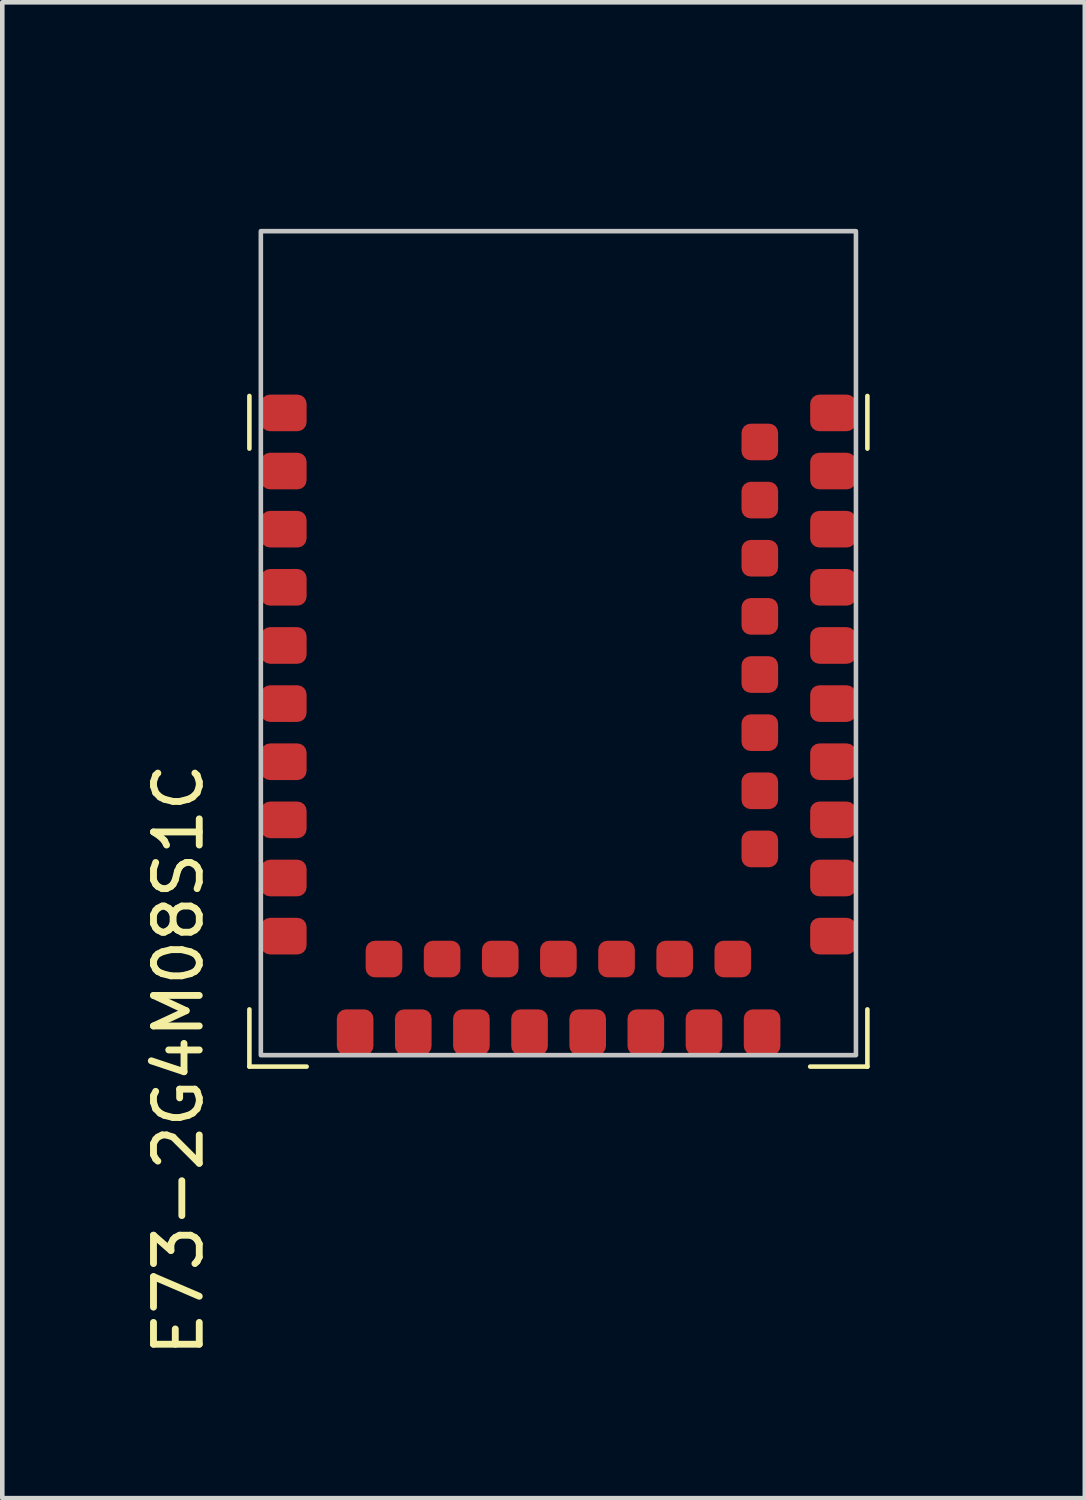
<source format=kicad_pcb>
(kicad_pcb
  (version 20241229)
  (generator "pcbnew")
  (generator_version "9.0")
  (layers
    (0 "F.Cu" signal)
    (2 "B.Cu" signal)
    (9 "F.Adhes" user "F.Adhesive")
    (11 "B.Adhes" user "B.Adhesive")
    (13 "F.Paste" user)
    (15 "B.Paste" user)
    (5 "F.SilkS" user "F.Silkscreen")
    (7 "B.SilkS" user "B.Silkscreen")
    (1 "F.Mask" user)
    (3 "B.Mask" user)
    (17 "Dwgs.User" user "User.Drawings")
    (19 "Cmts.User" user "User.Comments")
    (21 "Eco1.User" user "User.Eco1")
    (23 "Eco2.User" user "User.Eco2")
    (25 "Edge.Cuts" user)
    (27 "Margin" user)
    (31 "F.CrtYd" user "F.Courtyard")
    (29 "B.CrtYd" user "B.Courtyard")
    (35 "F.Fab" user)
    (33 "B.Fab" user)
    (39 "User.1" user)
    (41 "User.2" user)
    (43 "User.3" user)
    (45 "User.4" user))
  (footprint "E73-2G4M08S1C"
    (layer "F.Cu")
    (at 9.148 11)
    (property "Reference" "E73-2G4M08S1C" (at -8.3 9.1 90) (unlocked yes) (layer "F.SilkS") (effects (font (size 1 1) (thickness 0.15))))
    (attr smd)
    (fp_line (start -6.75 -4.25) (end -6.75 -5.4) (stroke (width 0.1) (type default)) (layer "F.SilkS"))
    (fp_line (start -6.75 9.25) (end -6.75 8) (stroke (width 0.1) (type default)) (layer "F.SilkS"))
    (fp_line (start -6.75 9.25) (end -5.5 9.25) (stroke (width 0.1) (type default)) (layer "F.SilkS"))
    (fp_line (start 6.75 -4.25) (end 6.75 -5.4) (stroke (width 0.1) (type default)) (layer "F.SilkS"))
    (fp_line (start 6.75 8) (end 6.75 9.25) (stroke (width 0.1) (type default)) (layer "F.SilkS"))
    (fp_line (start 6.75 9.25) (end 5.5 9.25) (stroke (width 0.1) (type default)) (layer "F.SilkS"))
    (fp_rect (start -6.5 -9) (end 6.5 9) (stroke (width 0.1) (type default)) (fill no) (layer "Dwgs.User"))
    (pad "1" smd roundrect (at -6 -5.03) (size 1 0.8) (layers "F.Cu" "F.Mask" "F.Paste") (roundrect_rratio 0.25))
    (pad "2" smd roundrect (at -6 -3.76) (size 1 0.8) (layers "F.Cu" "F.Mask" "F.Paste") (roundrect_rratio 0.25))
    (pad "3" smd roundrect (at -6 -2.49) (size 1 0.8) (layers "F.Cu" "F.Mask" "F.Paste") (roundrect_rratio 0.25))
    (pad "4" smd roundrect (at -6 -1.22) (size 1 0.8) (layers "F.Cu" "F.Mask" "F.Paste") (roundrect_rratio 0.25))
    (pad "5" smd roundrect (at -6 0.05) (size 1 0.8) (layers "F.Cu" "F.Mask" "F.Paste") (roundrect_rratio 0.25))
    (pad "6" smd roundrect (at -6 1.32) (size 1 0.8) (layers "F.Cu" "F.Mask" "F.Paste") (roundrect_rratio 0.25))
    (pad "7" smd roundrect (at -6 2.59) (size 1 0.8) (layers "F.Cu" "F.Mask" "F.Paste") (roundrect_rratio 0.25))
    (pad "8" smd roundrect (at -6 3.86) (size 1 0.8) (layers "F.Cu" "F.Mask" "F.Paste") (roundrect_rratio 0.25))
    (pad "9" smd roundrect (at -6 5.13) (size 1 0.8) (layers "F.Cu" "F.Mask" "F.Paste") (roundrect_rratio 0.25))
    (pad "10" smd roundrect (at -6 6.4) (size 1 0.8) (layers "F.Cu" "F.Mask" "F.Paste") (roundrect_rratio 0.25))
    (pad "11" smd roundrect (at -4.44 8.5 90) (size 1 0.8) (layers "F.Cu" "F.Mask" "F.Paste") (roundrect_rratio 0.25))
    (pad "12" smd roundrect (at -3.81 6.9 90) (size 0.8 0.8) (layers "F.Cu" "F.Mask" "F.Paste") (roundrect_rratio 0.25))
    (pad "13" smd roundrect (at -3.17 8.5 90) (size 1 0.8) (layers "F.Cu" "F.Mask" "F.Paste") (roundrect_rratio 0.25))
    (pad "14" smd roundrect (at -2.54 6.9 90) (size 0.8 0.8) (layers "F.Cu" "F.Mask" "F.Paste") (roundrect_rratio 0.25))
    (pad "15" smd roundrect (at -1.9 8.5 90) (size 1 0.8) (layers "F.Cu" "F.Mask" "F.Paste") (roundrect_rratio 0.25))
    (pad "16" smd roundrect (at -1.27 6.9 90) (size 0.8 0.8) (layers "F.Cu" "F.Mask" "F.Paste") (roundrect_rratio 0.25))
    (pad "17" smd roundrect (at -0.63 8.5 90) (size 1 0.8) (layers "F.Cu" "F.Mask" "F.Paste") (roundrect_rratio 0.25))
    (pad "18" smd roundrect (at 0 6.9 90) (size 0.8 0.8) (layers "F.Cu" "F.Mask" "F.Paste") (roundrect_rratio 0.25))
    (pad "19" smd roundrect (at 0.64 8.5 90) (size 1 0.8) (layers "F.Cu" "F.Mask" "F.Paste") (roundrect_rratio 0.25))
    (pad "20" smd roundrect (at 1.27 6.9 90) (size 0.8 0.8) (layers "F.Cu" "F.Mask" "F.Paste") (roundrect_rratio 0.25))
    (pad "21" smd roundrect (at 1.91 8.5 90) (size 1 0.8) (layers "F.Cu" "F.Mask" "F.Paste") (roundrect_rratio 0.25))
    (pad "22" smd roundrect (at 2.54 6.9 90) (size 0.8 0.8) (layers "F.Cu" "F.Mask" "F.Paste") (roundrect_rratio 0.25))
    (pad "23" smd roundrect (at 3.18 8.5 90) (size 1 0.8) (layers "F.Cu" "F.Mask" "F.Paste") (roundrect_rratio 0.25))
    (pad "24" smd roundrect (at 3.81 6.9 90) (size 0.8 0.8) (layers "F.Cu" "F.Mask" "F.Paste") (roundrect_rratio 0.25))
    (pad "25" smd roundrect (at 4.45 8.5 90) (size 1 0.8) (layers "F.Cu" "F.Mask" "F.Paste") (roundrect_rratio 0.25))
    (pad "26" smd roundrect (at 6 6.4) (size 1 0.8) (layers "F.Cu" "F.Mask" "F.Paste") (roundrect_rratio 0.25))
    (pad "27" smd roundrect (at 6 5.13) (size 1 0.8) (layers "F.Cu" "F.Mask" "F.Paste") (roundrect_rratio 0.25))
    (pad "28" smd roundrect (at 4.4 4.495 90) (size 0.8 0.8) (layers "F.Cu" "F.Mask" "F.Paste") (roundrect_rratio 0.25))
    (pad "29" smd roundrect (at 6 3.86) (size 1 0.8) (layers "F.Cu" "F.Mask" "F.Paste") (roundrect_rratio 0.25))
    (pad "30" smd roundrect (at 4.4 3.225 90) (size 0.8 0.8) (layers "F.Cu" "F.Mask" "F.Paste") (roundrect_rratio 0.25))
    (pad "31" smd roundrect (at 6 2.59) (size 1 0.8) (layers "F.Cu" "F.Mask" "F.Paste") (roundrect_rratio 0.25))
    (pad "32" smd roundrect (at 4.4 1.955 90) (size 0.8 0.8) (layers "F.Cu" "F.Mask" "F.Paste") (roundrect_rratio 0.25))
    (pad "33" smd roundrect (at 6 1.32) (size 1 0.8) (layers "F.Cu" "F.Mask" "F.Paste") (roundrect_rratio 0.25))
    (pad "34" smd roundrect (at 4.4 0.685 90) (size 0.8 0.8) (layers "F.Cu" "F.Mask" "F.Paste") (roundrect_rratio 0.25))
    (pad "35" smd roundrect (at 6 0.05) (size 1 0.8) (layers "F.Cu" "F.Mask" "F.Paste") (roundrect_rratio 0.25))
    (pad "36" smd roundrect (at 4.4 -0.585 90) (size 0.8 0.8) (layers "F.Cu" "F.Mask" "F.Paste") (roundrect_rratio 0.25))
    (pad "37" smd roundrect (at 6 -1.22) (size 1 0.8) (layers "F.Cu" "F.Mask" "F.Paste") (roundrect_rratio 0.25))
    (pad "38" smd roundrect (at 4.4 -1.855 90) (size 0.8 0.8) (layers "F.Cu" "F.Mask" "F.Paste") (roundrect_rratio 0.25))
    (pad "39" smd roundrect (at 6 -2.49) (size 1 0.8) (layers "F.Cu" "F.Mask" "F.Paste") (roundrect_rratio 0.25))
    (pad "40" smd roundrect (at 4.4 -3.125 90) (size 0.8 0.8) (layers "F.Cu" "F.Mask" "F.Paste") (roundrect_rratio 0.25))
    (pad "41" smd roundrect (at 6 -3.76) (size 1 0.8) (layers "F.Cu" "F.Mask" "F.Paste") (roundrect_rratio 0.25))
    (pad "42" smd roundrect (at 4.4 -4.395 90) (size 0.8 0.8) (layers "F.Cu" "F.Mask" "F.Paste") (roundrect_rratio 0.25))
    (pad "43" smd roundrect (at 6 -5.03) (size 1 0.8) (layers "F.Cu" "F.Mask" "F.Paste") (roundrect_rratio 0.25))
    (zone (net_name "") (layers "F.Cu" "B.Cu" "Dwgs.User") (hatch full 0.5) (connect_pads) (min_thickness 0.25) (filled_areas_thickness no) (keepout (tracks not_allowed) (vias not_allowed) (pads not_allowed) (copperpour not_allowed) (footprints allowed)) (placement (enabled no)) (fill) (polygon (pts (xy 0.648 0) (xy 17.648 0) (xy 17.648 5.5) (xy 0.648 5.5)))))
  (gr_rect
    (start -3 -3)
    (end 20.648 29.677)
    (stroke (width 0.1) (type default))
    (fill no)
    (layer "Edge.Cuts")))
</source>
